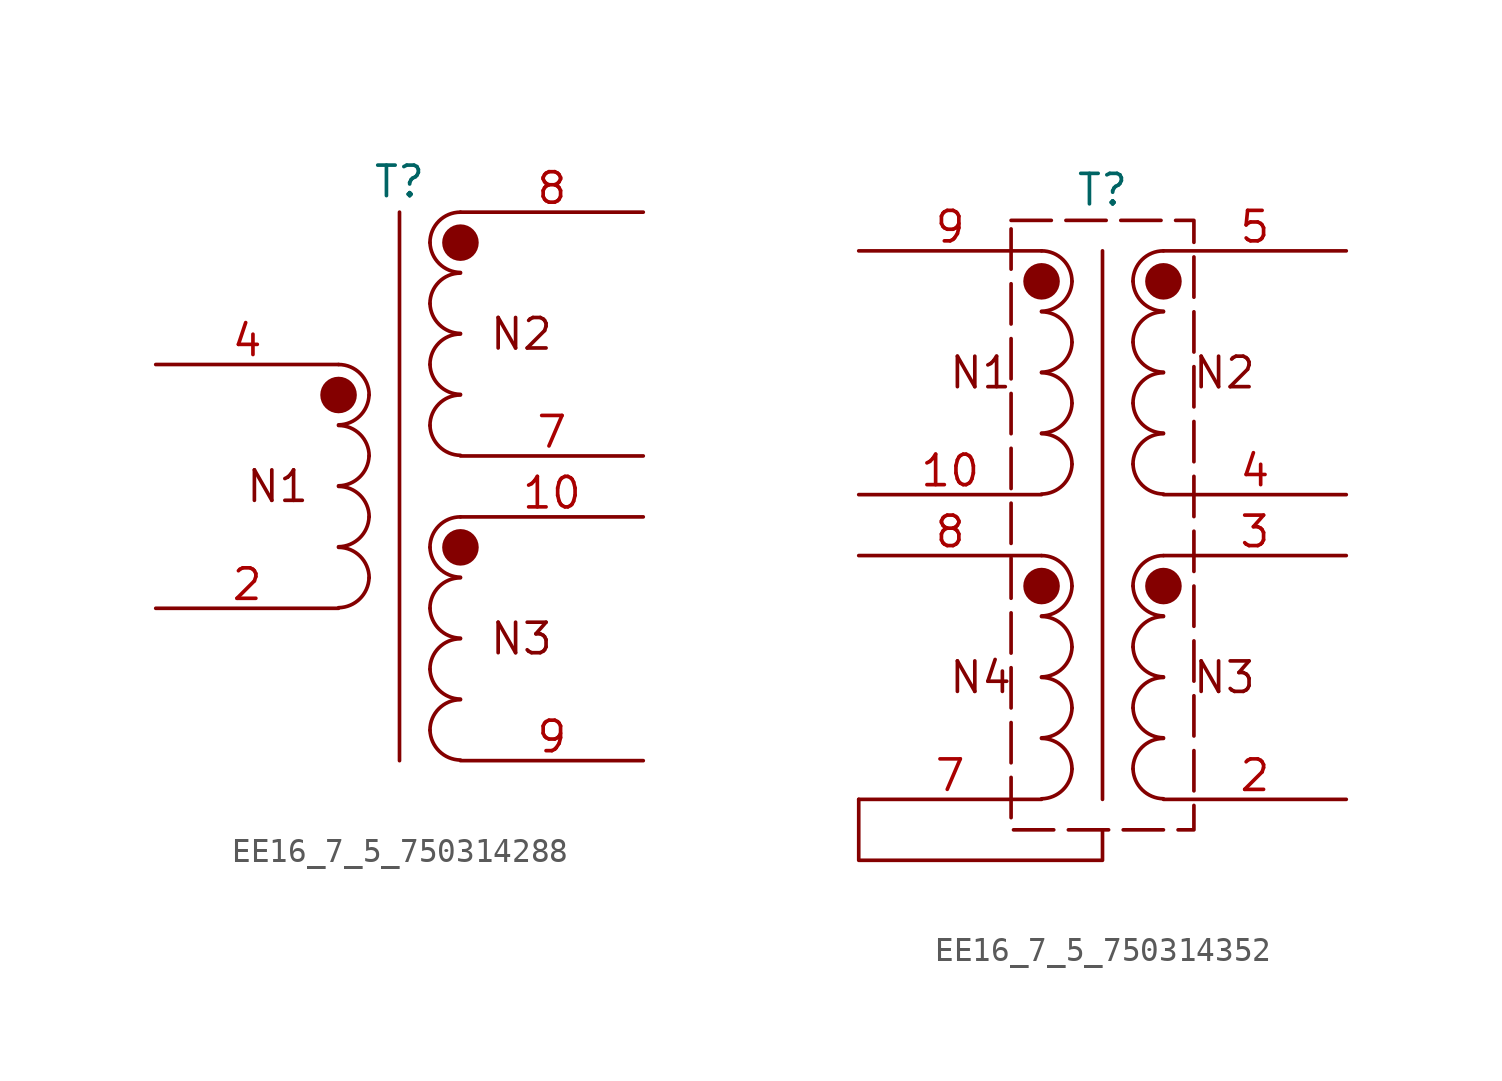
<source format=kicad_sym>
(kicad_symbol_lib
  (version 20220914)
  (generator kicad_symbol_editor)
  (symbol "EE16_7_5_750314288"
    (pin_names hide)
    (property "Reference" "T"
      (at 0 12.7 0)
      (effects (font (size 1.27 1.27))))
    (property "Critical Parameter" ""
      (at 0 -5.08 0)
      (effects (font (size 1.27 1.27)) (justify left)))
    (symbol "EE16_7_5_750314288_0_1"
      (arc (start -2.54 -5.0546) (mid -1.6561 -4.6863) (end -1.27 -3.81) (stroke (width 0) (type default)) (fill (type none)))
      (arc (start -2.54 -2.5146) (mid -1.6561 -2.1463) (end -1.27 -1.27) (stroke (width 0) (type default)) (fill (type none)))
      (arc (start -2.54 0.0254) (mid -1.6561 0.3937) (end -1.27 1.27) (stroke (width 0) (type default)) (fill (type none)))
      (arc (start -2.54 2.5654) (mid -1.6561 2.9337) (end -1.27 3.81) (stroke (width 0) (type default)) (fill (type none)))
      (arc (start -1.27 -3.81) (mid -1.642 -2.912) (end -2.54 -2.54) (stroke (width 0) (type default)) (fill (type none)))
      (arc (start -1.27 -1.27) (mid -1.642 -0.372) (end -2.54 0) (stroke (width 0) (type default)) (fill (type none)))
      (arc (start -1.27 1.27) (mid -1.642 2.168) (end -2.54 2.54) (stroke (width 0) (type default)) (fill (type none)))
      (arc (start -1.27 3.81) (mid -1.642 4.708) (end -2.54 5.08) (stroke (width 0) (type default)) (fill (type none)))
      (polyline (pts (xy 0 -11.43) (xy 0 11.43)) (stroke (width 0) (type default)) (fill (type none)))
      (arc (start 1.27 -10.16) (mid 1.6561 -11.0363) (end 2.54 -11.4046) (stroke (width 0) (type default)) (fill (type none)))
      (arc (start 1.27 -7.62) (mid 1.6561 -8.4963) (end 2.54 -8.8646) (stroke (width 0) (type default)) (fill (type none)))
      (arc (start 1.27 -5.08) (mid 1.6561 -5.9563) (end 2.54 -6.3246) (stroke (width 0) (type default)) (fill (type none)))
      (arc (start 1.27 -2.54) (mid 1.6561 -3.4163) (end 2.54 -3.7846) (stroke (width 0) (type default)) (fill (type none)))
      (arc (start 1.27 2.54) (mid 1.6561 1.6637) (end 2.54 1.2954) (stroke (width 0) (type default)) (fill (type none)))
      (arc (start 1.27 5.08) (mid 1.6561 4.2037) (end 2.54 3.8354) (stroke (width 0) (type default)) (fill (type none)))
      (arc (start 1.27 7.62) (mid 1.6561 6.7437) (end 2.54 6.3754) (stroke (width 0) (type default)) (fill (type none)))
      (arc (start 1.27 10.16) (mid 1.6561 9.2837) (end 2.54 8.9154) (stroke (width 0) (type default)) (fill (type none)))
      (arc (start 2.54 -8.89) (mid 1.642 -9.262) (end 1.27 -10.16) (stroke (width 0) (type default)) (fill (type none)))
      (arc (start 2.54 -6.35) (mid 1.642 -6.722) (end 1.27 -7.62) (stroke (width 0) (type default)) (fill (type none)))
      (arc (start 2.54 -3.81) (mid 1.642 -4.182) (end 1.27 -5.08) (stroke (width 0) (type default)) (fill (type none)))
      (arc (start 2.54 -1.27) (mid 1.642 -1.642) (end 1.27 -2.54) (stroke (width 0) (type default)) (fill (type none)))
      (arc (start 2.54 3.81) (mid 1.642 3.438) (end 1.27 2.54) (stroke (width 0) (type default)) (fill (type none)))
      (arc (start 2.54 6.35) (mid 1.642 5.978) (end 1.27 5.08) (stroke (width 0) (type default)) (fill (type none)))
      (arc (start 2.54 8.89) (mid 1.642 8.518) (end 1.27 7.62) (stroke (width 0) (type default)) (fill (type none)))
      (arc (start 2.54 11.43) (mid 1.642 11.058) (end 1.27 10.16) (stroke (width 0) (type default)) (fill (type none))))
    (symbol "EE16_7_5_750314288_1_1"
      (circle (center -2.54 3.81) (radius 0.0001) (stroke (width 0.762) (type default)) (fill (type none)))
      (circle (center 2.54 -2.54) (radius 0.0001) (stroke (width 0.762) (type default)) (fill (type none)))
      (circle (center 2.54 10.16) (radius 0.0001) (stroke (width 0.762) (type default)) (fill (type none)))
      (text "N1" (at -5.08 0 0) (effects (font (size 1.27 1.27))))
      (text "N2" (at 5.08 6.35 0) (effects (font (size 1.27 1.27))))
      (text "N3" (at 5.08 -6.35 0) (effects (font (size 1.27 1.27))))
      (pin passive line (at 10.16 -1.27 180) (length 7.62) (name "10" (effects (font (size 1.27 1.27)))) (number "10" (effects (font (size 1.27 1.27)))))
      (pin passive line (at -10.16 -5.08 0) (length 7.62) (name "2" (effects (font (size 1.27 1.27)))) (number "2" (effects (font (size 1.27 1.27)))))
      (pin passive line (at -10.16 5.08 0) (length 7.62) (name "4" (effects (font (size 1.27 1.27)))) (number "4" (effects (font (size 1.27 1.27)))))
      (pin passive line (at 10.16 1.27 180) (length 7.62) (name "7" (effects (font (size 1.27 1.27)))) (number "7" (effects (font (size 1.27 1.27)))))
      (pin passive line (at 10.16 11.43 180) (length 7.62) (name "8" (effects (font (size 1.27 1.27)))) (number "8" (effects (font (size 1.27 1.27)))))
      (pin passive line (at 10.16 -11.43 180) (length 7.62) (name "9" (effects (font (size 1.27 1.27)))) (number "9" (effects (font (size 1.27 1.27)))))))
  (symbol "EE16_7_5_750314352"
    (pin_names hide)
    (property "Reference" "T"
      (at 0 13.97 0)
      (effects (font (size 1.27 1.27))))
    (property "Critical Parameter" ""
      (at 0 -5.08 0)
      (effects (font (size 1.27 1.27)) (justify left)))
    (symbol "EE16_7_5_750314352_0_1"
      (arc (start -2.54 -11.4046) (mid -1.6561 -11.0363) (end -1.27 -10.16) (stroke (width 0) (type default)) (fill (type none)))
      (arc (start -2.54 -8.8646) (mid -1.6561 -8.4963) (end -1.27 -7.62) (stroke (width 0) (type default)) (fill (type none)))
      (arc (start -2.54 -6.3246) (mid -1.6561 -5.9563) (end -1.27 -5.08) (stroke (width 0) (type default)) (fill (type none)))
      (arc (start -2.54 -3.7846) (mid -1.6561 -3.4163) (end -1.27 -2.54) (stroke (width 0) (type default)) (fill (type none)))
      (arc (start -2.54 1.2954) (mid -1.6561 1.6637) (end -1.27 2.54) (stroke (width 0) (type default)) (fill (type none)))
      (arc (start -2.54 3.8354) (mid -1.6561 4.2037) (end -1.27 5.08) (stroke (width 0) (type default)) (fill (type none)))
      (arc (start -2.54 6.3754) (mid -1.6561 6.7437) (end -1.27 7.62) (stroke (width 0) (type default)) (fill (type none)))
      (arc (start -2.54 8.9154) (mid -1.6561 9.2837) (end -1.27 10.16) (stroke (width 0) (type default)) (fill (type none)))
      (arc (start -1.27 -10.16) (mid -1.642 -9.262) (end -2.54 -8.89) (stroke (width 0) (type default)) (fill (type none)))
      (arc (start -1.27 -7.62) (mid -1.642 -6.722) (end -2.54 -6.35) (stroke (width 0) (type default)) (fill (type none)))
      (arc (start -1.27 -5.08) (mid -1.642 -4.182) (end -2.54 -3.81) (stroke (width 0) (type default)) (fill (type none)))
      (arc (start -1.27 -2.54) (mid -1.642 -1.642) (end -2.54 -1.27) (stroke (width 0) (type default)) (fill (type none)))
      (arc (start -1.27 2.54) (mid -1.642 3.438) (end -2.54 3.81) (stroke (width 0) (type default)) (fill (type none)))
      (arc (start -1.27 5.08) (mid -1.642 5.978) (end -2.54 6.35) (stroke (width 0) (type default)) (fill (type none)))
      (arc (start -1.27 7.62) (mid -1.642 8.518) (end -2.54 8.89) (stroke (width 0) (type default)) (fill (type none)))
      (arc (start -1.27 10.16) (mid -1.642 11.058) (end -2.54 11.43) (stroke (width 0) (type default)) (fill (type none)))
      (polyline (pts (xy 0 -11.43) (xy 0 11.43)) (stroke (width 0) (type default)) (fill (type none)))
      (polyline (pts (xy -10.16 -11.43) (xy -10.16 -13.97) (xy 0 -13.97) (xy 0 -12.7)) (stroke (width 0) (type default)) (fill (type none)))
      (arc (start 1.27 -10.16) (mid 1.6561 -11.0363) (end 2.54 -11.4046) (stroke (width 0) (type default)) (fill (type none)))
      (arc (start 1.27 -7.62) (mid 1.6561 -8.4963) (end 2.54 -8.8646) (stroke (width 0) (type default)) (fill (type none)))
      (arc (start 1.27 -5.08) (mid 1.6561 -5.9563) (end 2.54 -6.3246) (stroke (width 0) (type default)) (fill (type none)))
      (arc (start 1.27 -2.54) (mid 1.6561 -3.4163) (end 2.54 -3.7846) (stroke (width 0) (type default)) (fill (type none)))
      (arc (start 1.27 2.54) (mid 1.6561 1.6637) (end 2.54 1.2954) (stroke (width 0) (type default)) (fill (type none)))
      (arc (start 1.27 5.08) (mid 1.6561 4.2037) (end 2.54 3.8354) (stroke (width 0) (type default)) (fill (type none)))
      (arc (start 1.27 7.62) (mid 1.6561 6.7437) (end 2.54 6.3754) (stroke (width 0) (type default)) (fill (type none)))
      (arc (start 1.27 10.16) (mid 1.6561 9.2837) (end 2.54 8.9154) (stroke (width 0) (type default)) (fill (type none)))
      (arc (start 2.54 -8.89) (mid 1.642 -9.262) (end 1.27 -10.16) (stroke (width 0) (type default)) (fill (type none)))
      (arc (start 2.54 -6.35) (mid 1.642 -6.722) (end 1.27 -7.62) (stroke (width 0) (type default)) (fill (type none)))
      (arc (start 2.54 -3.81) (mid 1.642 -4.182) (end 1.27 -5.08) (stroke (width 0) (type default)) (fill (type none)))
      (arc (start 2.54 -1.27) (mid 1.642 -1.642) (end 1.27 -2.54) (stroke (width 0) (type default)) (fill (type none)))
      (arc (start 2.54 3.81) (mid 1.642 3.438) (end 1.27 2.54) (stroke (width 0) (type default)) (fill (type none)))
      (arc (start 2.54 6.35) (mid 1.642 5.978) (end 1.27 5.08) (stroke (width 0) (type default)) (fill (type none)))
      (arc (start 2.54 8.89) (mid 1.642 8.518) (end 1.27 7.62) (stroke (width 0) (type default)) (fill (type none)))
      (arc (start 2.54 11.43) (mid 1.642 11.058) (end 1.27 10.16) (stroke (width 0) (type default)) (fill (type none))))
    (symbol "EE16_7_5_750314352_1_1"
      (rectangle (start -3.81 12.7) (end 3.81 -12.7) (stroke (width 0) (type dash)) (fill (type none)))
      (circle (center -2.54 -2.54) (radius 0.0001) (stroke (width 0.762) (type default)) (fill (type none)))
      (circle (center -2.54 10.16) (radius 0.0001) (stroke (width 0.762) (type default)) (fill (type none)))
      (circle (center 2.54 -2.54) (radius 0.0001) (stroke (width 0.762) (type default)) (fill (type none)))
      (circle (center 2.54 10.16) (radius 0.0001) (stroke (width 0.762) (type default)) (fill (type none)))
      (text "N1" (at -5.08 6.35 0) (effects (font (size 1.27 1.27))))
      (text "N2" (at 5.08 6.35 0) (effects (font (size 1.27 1.27))))
      (text "N3" (at 5.08 -6.35 0) (effects (font (size 1.27 1.27))))
      (text "N4" (at -5.08 -6.35 0) (effects (font (size 1.27 1.27))))
      (pin passive line (at -10.16 1.27 0) (length 7.62) (name "10" (effects (font (size 1.27 1.27)))) (number "10" (effects (font (size 1.27 1.27)))))
      (pin passive line (at 10.16 -11.43 180) (length 7.62) (name "2" (effects (font (size 1.27 1.27)))) (number "2" (effects (font (size 1.27 1.27)))))
      (pin passive line (at 10.16 -1.27 180) (length 7.62) (name "3" (effects (font (size 1.27 1.27)))) (number "3" (effects (font (size 1.27 1.27)))))
      (pin passive line (at 10.16 1.27 180) (length 7.62) (name "4" (effects (font (size 1.27 1.27)))) (number "4" (effects (font (size 1.27 1.27)))))
      (pin passive line (at 10.16 11.43 180) (length 7.62) (name "5" (effects (font (size 1.27 1.27)))) (number "5" (effects (font (size 1.27 1.27)))))
      (pin passive line (at -10.16 -11.43 0) (length 7.62) (name "7" (effects (font (size 1.27 1.27)))) (number "7" (effects (font (size 1.27 1.27)))))
      (pin passive line (at -10.16 -1.27 0) (length 7.62) (name "8" (effects (font (size 1.27 1.27)))) (number "8" (effects (font (size 1.27 1.27)))))
      (pin passive line (at -10.16 11.43 0) (length 7.62) (name "9" (effects (font (size 1.27 1.27)))) (number "9" (effects (font (size 1.27 1.27))))))))
</source>
